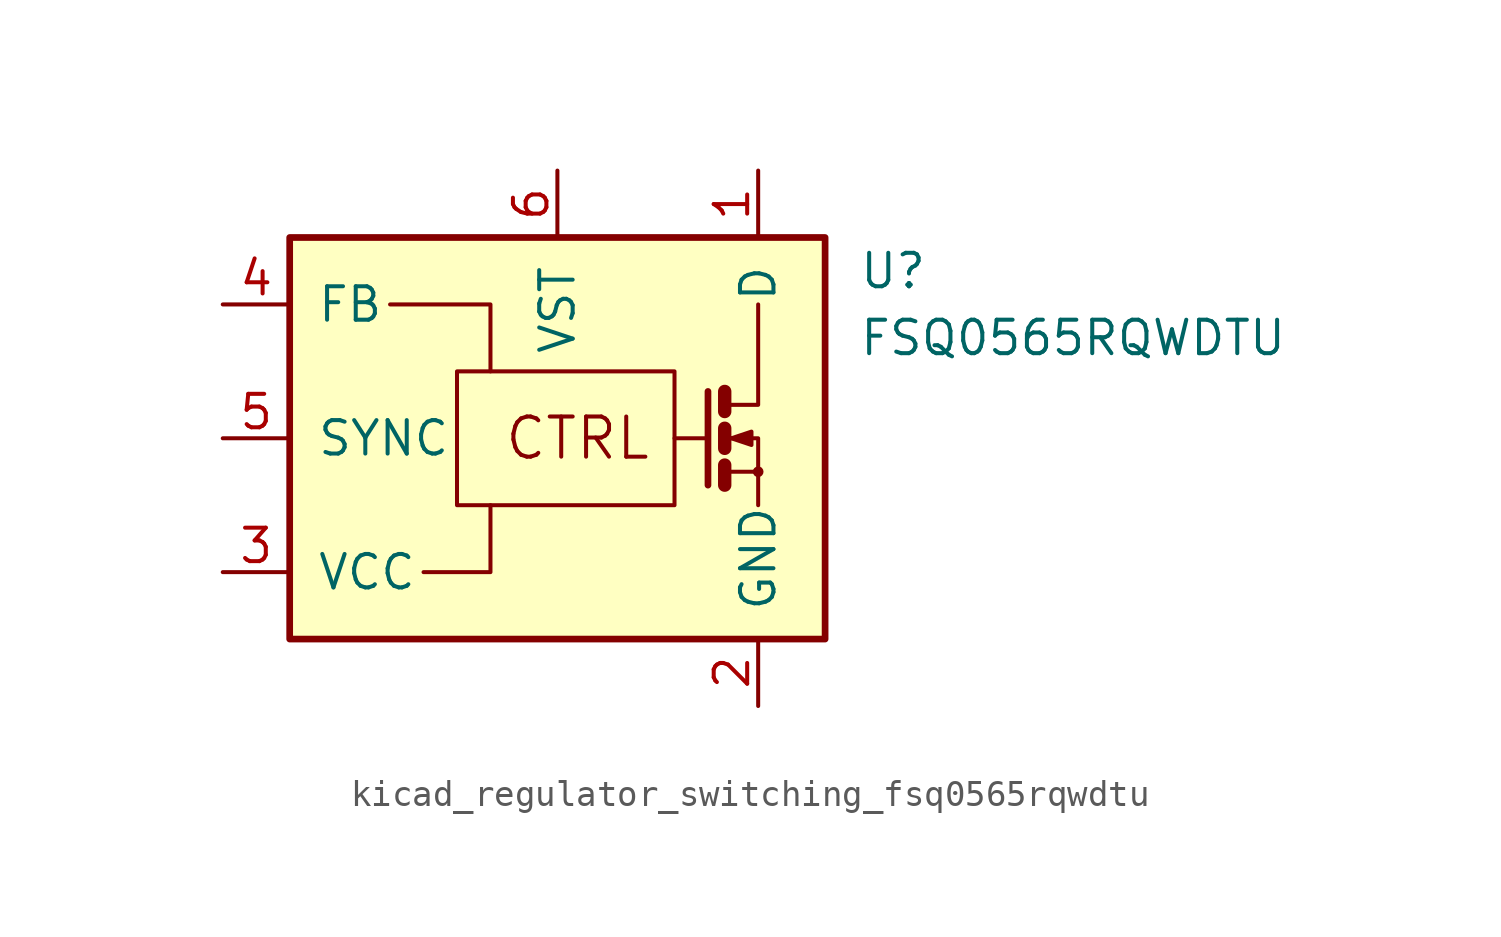
<source format=kicad_sym>
(kicad_symbol_lib
  (version 20220914)
  (generator kicad_symbol_editor)
  (symbol "kicad_regulator_switching_fsq0565rqwdtu"
    (pin_names
      (offset 1.016))
    (property "Reference" "U"
      (at 11.43 6.35 0)
      (effects (font (size 1.27 1.27)) (justify left)))
    (property "Value" "FSQ0565RQWDTU"
      (at 11.43 3.81 0)
      (effects (font (size 1.27 1.27)) (justify left)))
    (symbol "kicad_regulator_switching_fsq0565rqwdtu_0_0"
      (rectangle (start -10.16 7.62) (end 10.16 -7.62) (stroke (width 0.254) (type default)) (fill (type background)))
      (rectangle (start -3.81 2.54) (end 4.445 -2.54) (stroke (width 0) (type default)) (fill (type none)))
      (polyline (pts (xy 5.715 1.778) (xy 5.715 -1.778)) (stroke (width 0.254) (type default)) (fill (type none)))
      (polyline (pts (xy 6.35 -1.27) (xy 7.62 -1.27)) (stroke (width 0) (type default)) (fill (type none)))
      (polyline (pts (xy 6.35 -1.016) (xy 6.35 -1.778)) (stroke (width 0.508) (type default)) (fill (type none)))
      (polyline (pts (xy 6.35 0.381) (xy 6.35 -0.381)) (stroke (width 0.508) (type default)) (fill (type none)))
      (polyline (pts (xy 6.35 1.778) (xy 6.35 1.016)) (stroke (width 0.508) (type default)) (fill (type none)))
      (polyline (pts (xy 6.35 1.27) (xy 7.62 1.27) (xy 7.62 5.08)) (stroke (width 0) (type default)) (fill (type none)))
      (polyline (pts (xy 6.604 0) (xy 7.366 0.254) (xy 7.366 -0.254) (xy 6.604 0)) (stroke (width 0) (type default)) (fill (type outline)))
      (polyline (pts (xy 7.62 -1.905) (xy 7.62 -2.54) (xy 7.62 0) (xy 6.35 0)) (stroke (width 0) (type default)) (fill (type none)))
      (circle (center 7.62 -1.27) (radius 0.127) (stroke (width 0) (type default)) (fill (type none)))
      (text "CTRL" (at 0.762 0 0) (effects (font (size 1.524 1.524)))))
    (symbol "kicad_regulator_switching_fsq0565rqwdtu_0_1"
      (polyline (pts (xy 4.445 0) (xy 5.715 0)) (stroke (width 0) (type default)) (fill (type none)))
      (polyline (pts (xy -6.35 5.08) (xy -2.54 5.08) (xy -2.54 2.54)) (stroke (width 0) (type default)) (fill (type none)))
      (polyline (pts (xy -5.08 -5.08) (xy -2.54 -5.08) (xy -2.54 -2.54)) (stroke (width 0) (type default)) (fill (type none))))
    (symbol "kicad_regulator_switching_fsq0565rqwdtu_1_1"
      (pin passive line (at 7.62 10.16 270) (length 2.54) (name "D" (effects (font (size 1.27 1.27)))) (number "1" (effects (font (size 1.27 1.27)))))
      (pin power_in line (at 7.62 -10.16 90) (length 2.54) (name "GND" (effects (font (size 1.27 1.27)))) (number "2" (effects (font (size 1.27 1.27)))))
      (pin power_in line (at -12.7 -5.08 0) (length 2.54) (name "VCC" (effects (font (size 1.27 1.27)))) (number "3" (effects (font (size 1.27 1.27)))))
      (pin passive line (at -12.7 5.08 0) (length 2.54) (name "FB" (effects (font (size 1.27 1.27)))) (number "4" (effects (font (size 1.27 1.27)))))
      (pin passive line (at -12.7 0 0) (length 2.54) (name "SYNC" (effects (font (size 1.27 1.27)))) (number "5" (effects (font (size 1.27 1.27)))))
      (pin passive line (at 0 10.16 270) (length 2.54) (name "VST" (effects (font (size 1.27 1.27)))) (number "6" (effects (font (size 1.27 1.27))))))))
</source>
